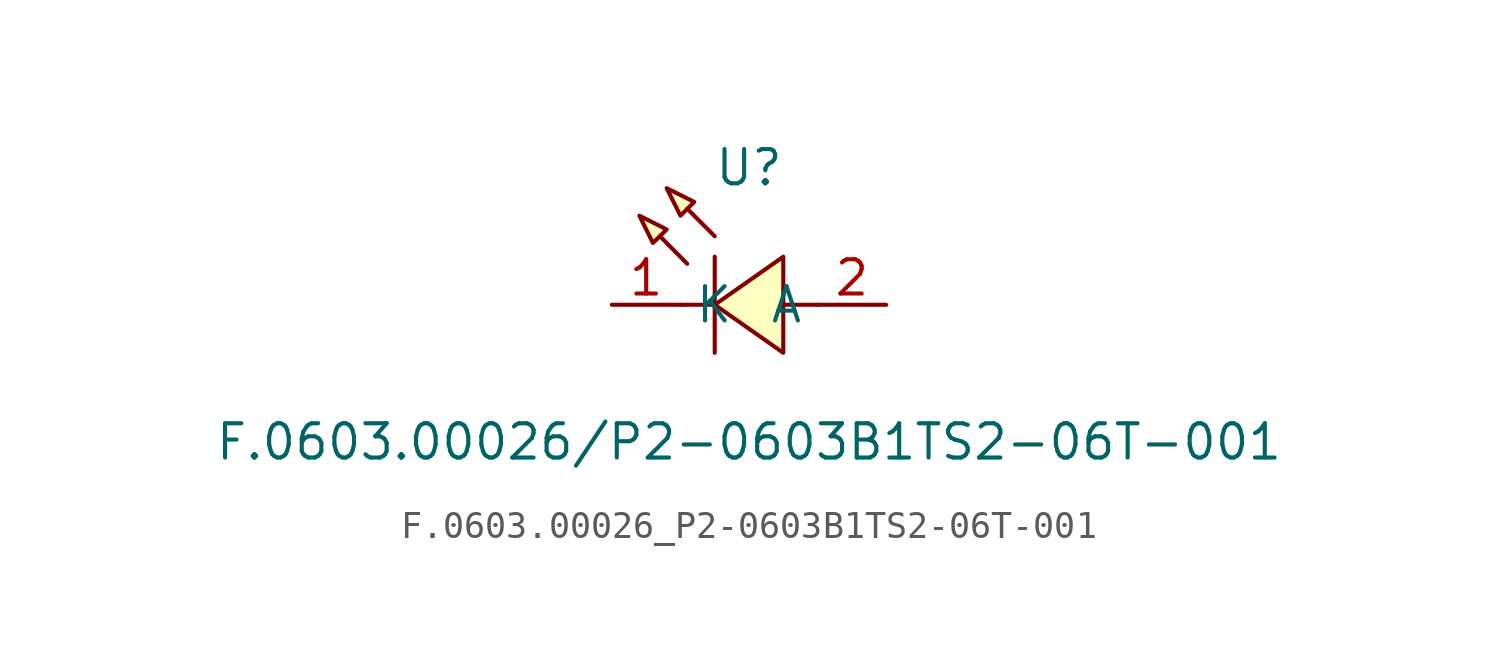
<source format=kicad_sym>
(kicad_symbol_lib
  (version 20211014)
  (generator https://github.com/uPesy/easyeda2kicad.py)
  (symbol "F.0603.00026_P2-0603B1TS2-06T-001"
    (property "Reference" "U"
      (at 0 5.08 0)
      (effects (font (size 1.27 1.27))))
    (property "Value" "F.0603.00026/P2-0603B1TS2-06T-001"
      (at 0 -5.08 0)
      (effects (font (size 1.27 1.27))))
    (symbol "F.0603.00026_P2-0603B1TS2-06T-001_0_1"
      (polyline (pts (xy -4.06 3.30) (xy -3.05 2.79) (xy -3.56 2.29) (xy -4.06 3.30)) (stroke (width 0) (type default) (color 0 0 0 0)) (fill (type background)))
      (polyline (pts (xy -3.05 4.32) (xy -2.03 3.81) (xy -2.54 3.30) (xy -3.05 4.32)) (stroke (width 0) (type default) (color 0 0 0 0)) (fill (type background)))
      (polyline (pts (xy 1.27 1.78) (xy -1.27 -0.00) (xy 1.27 -1.78) (xy 1.27 1.78)) (stroke (width 0) (type default) (color 0 0 0 0)) (fill (type background)))
      (polyline (pts (xy -2.29 1.52) (xy -3.30 2.54) (xy -2.29 1.52)) (stroke (width 0) (type default) (color 0 0 0 0)) (fill (type background)))
      (polyline (pts (xy -1.27 2.54) (xy -2.29 3.56) (xy -1.27 2.54)) (stroke (width 0) (type default) (color 0 0 0 0)) (fill (type background)))
      (polyline (pts (xy -1.27 -0.00) (xy -2.54 -0.00)) (stroke (width 0) (type default) (color 0 0 0 0)) (fill (type none)))
      (polyline (pts (xy 2.54 -0.00) (xy 1.27 -0.00)) (stroke (width 0) (type default) (color 0 0 0 0)) (fill (type none)))
      (polyline (pts (xy -1.27 1.78) (xy -1.27 -1.78)) (stroke (width 0) (type default) (color 0 0 0 0)) (fill (type none)))
      (pin unspecified line (at -5.08 -0.00 0) (length 2.54) (name "K" (effects (font (size 1.27 1.27)))) (number "1" (effects (font (size 1.27 1.27)))))
      (pin unspecified line (at 5.08 -0.00 180) (length 2.54) (name "A" (effects (font (size 1.27 1.27)))) (number "2" (effects (font (size 1.27 1.27))))))))
</source>
